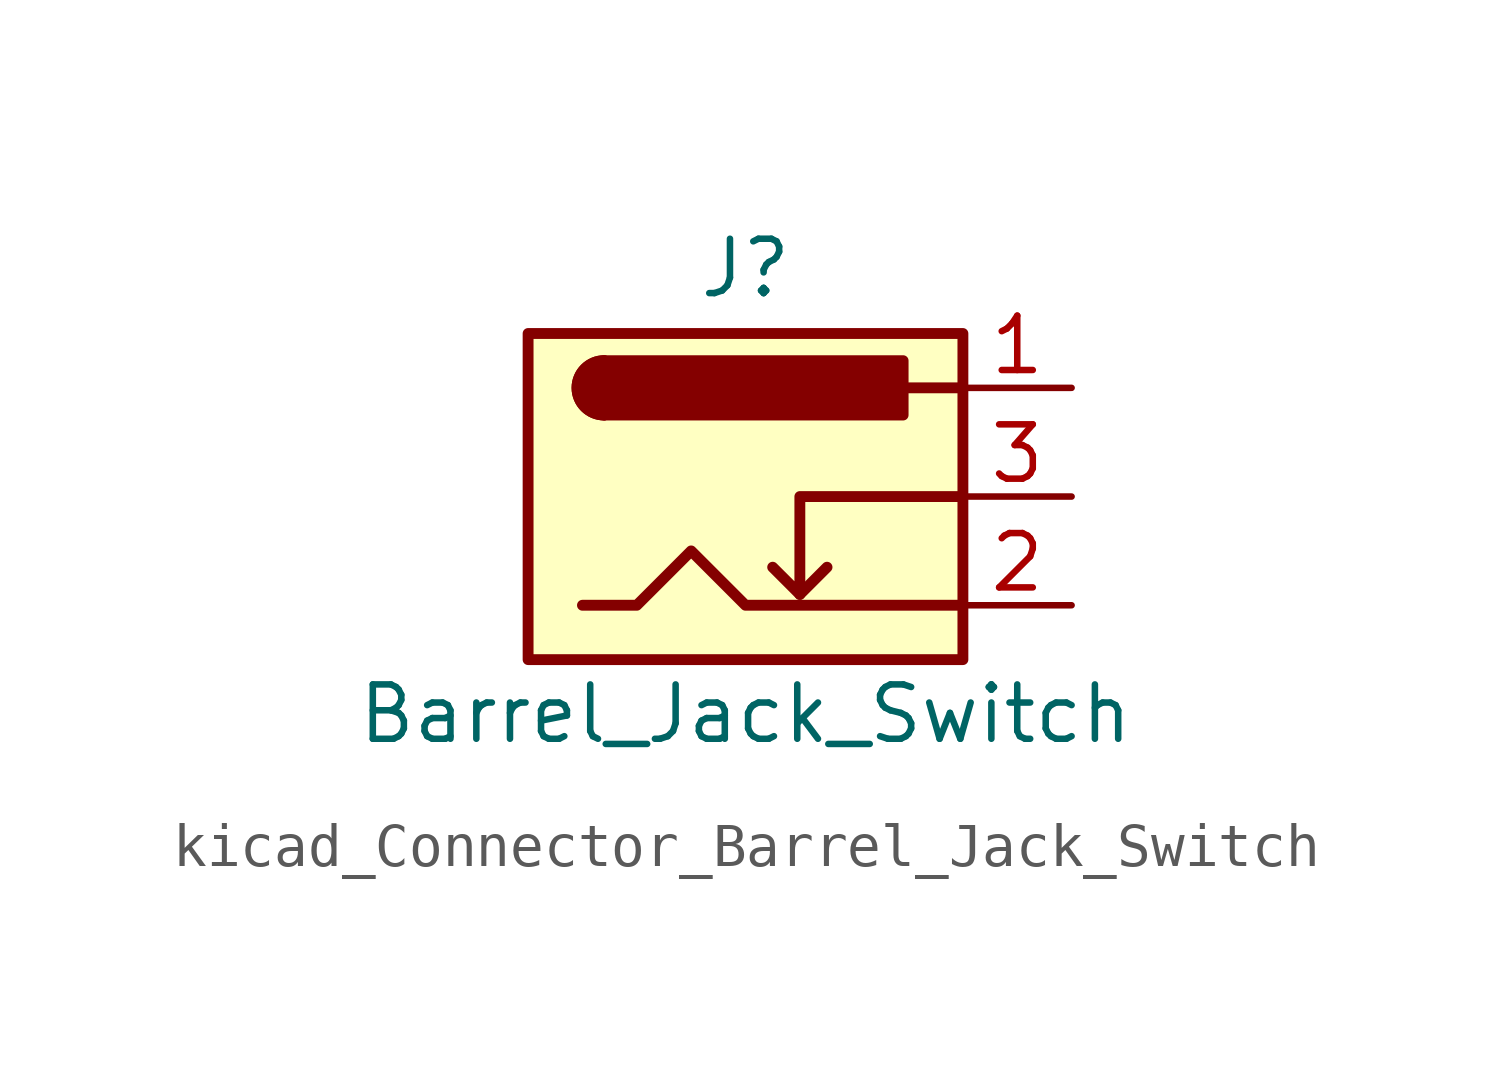
<source format=kicad_sym>
(kicad_symbol_lib
  (version 20220914)
  (generator kicad_symbol_editor)
  (symbol "kicad_Connector_Barrel_Jack_Switch"
    (pin_names hide)
    (property "Reference" "J"
      (at 0 5.334 0)
      (effects (font (size 1.27 1.27))))
    (property "Value" "Barrel_Jack_Switch"
      (at 0 -5.08 0)
      (effects (font (size 1.27 1.27))))
    (symbol "kicad_Connector_Barrel_Jack_Switch_0_1"
      (rectangle (start -5.08 3.81) (end 5.08 -3.81) (stroke (width 0.254) (type default)) (fill (type background)))
      (arc (start -3.302 3.175) (mid -3.9343 2.54) (end -3.302 1.905) (stroke (width 0.254) (type default)) (fill (type none)))
      (arc (start -3.302 3.175) (mid -3.9343 2.54) (end -3.302 1.905) (stroke (width 0.254) (type default)) (fill (type outline)))
      (polyline (pts (xy 1.27 -2.286) (xy 1.905 -1.651)) (stroke (width 0.254) (type default)) (fill (type none)))
      (polyline (pts (xy 5.08 2.54) (xy 3.81 2.54)) (stroke (width 0.254) (type default)) (fill (type none)))
      (polyline (pts (xy 5.08 0) (xy 1.27 0) (xy 1.27 -2.286) (xy 0.635 -1.651)) (stroke (width 0.254) (type default)) (fill (type none)))
      (polyline (pts (xy -3.81 -2.54) (xy -2.54 -2.54) (xy -1.27 -1.27) (xy 0 -2.54) (xy 2.54 -2.54) (xy 5.08 -2.54)) (stroke (width 0.254) (type default)) (fill (type none)))
      (rectangle (start 3.683 3.175) (end -3.302 1.905) (stroke (width 0.254) (type default)) (fill (type outline))))
    (symbol "kicad_Connector_Barrel_Jack_Switch_1_1"
      (pin passive line (at 7.62 2.54 180) (length 2.54) (name "~" (effects (font (size 1.27 1.27)))) (number "1" (effects (font (size 1.27 1.27)))))
      (pin passive line (at 7.62 -2.54 180) (length 2.54) (name "~" (effects (font (size 1.27 1.27)))) (number "2" (effects (font (size 1.27 1.27)))))
      (pin passive line (at 7.62 0 180) (length 2.54) (name "~" (effects (font (size 1.27 1.27)))) (number "3" (effects (font (size 1.27 1.27))))))))
</source>
